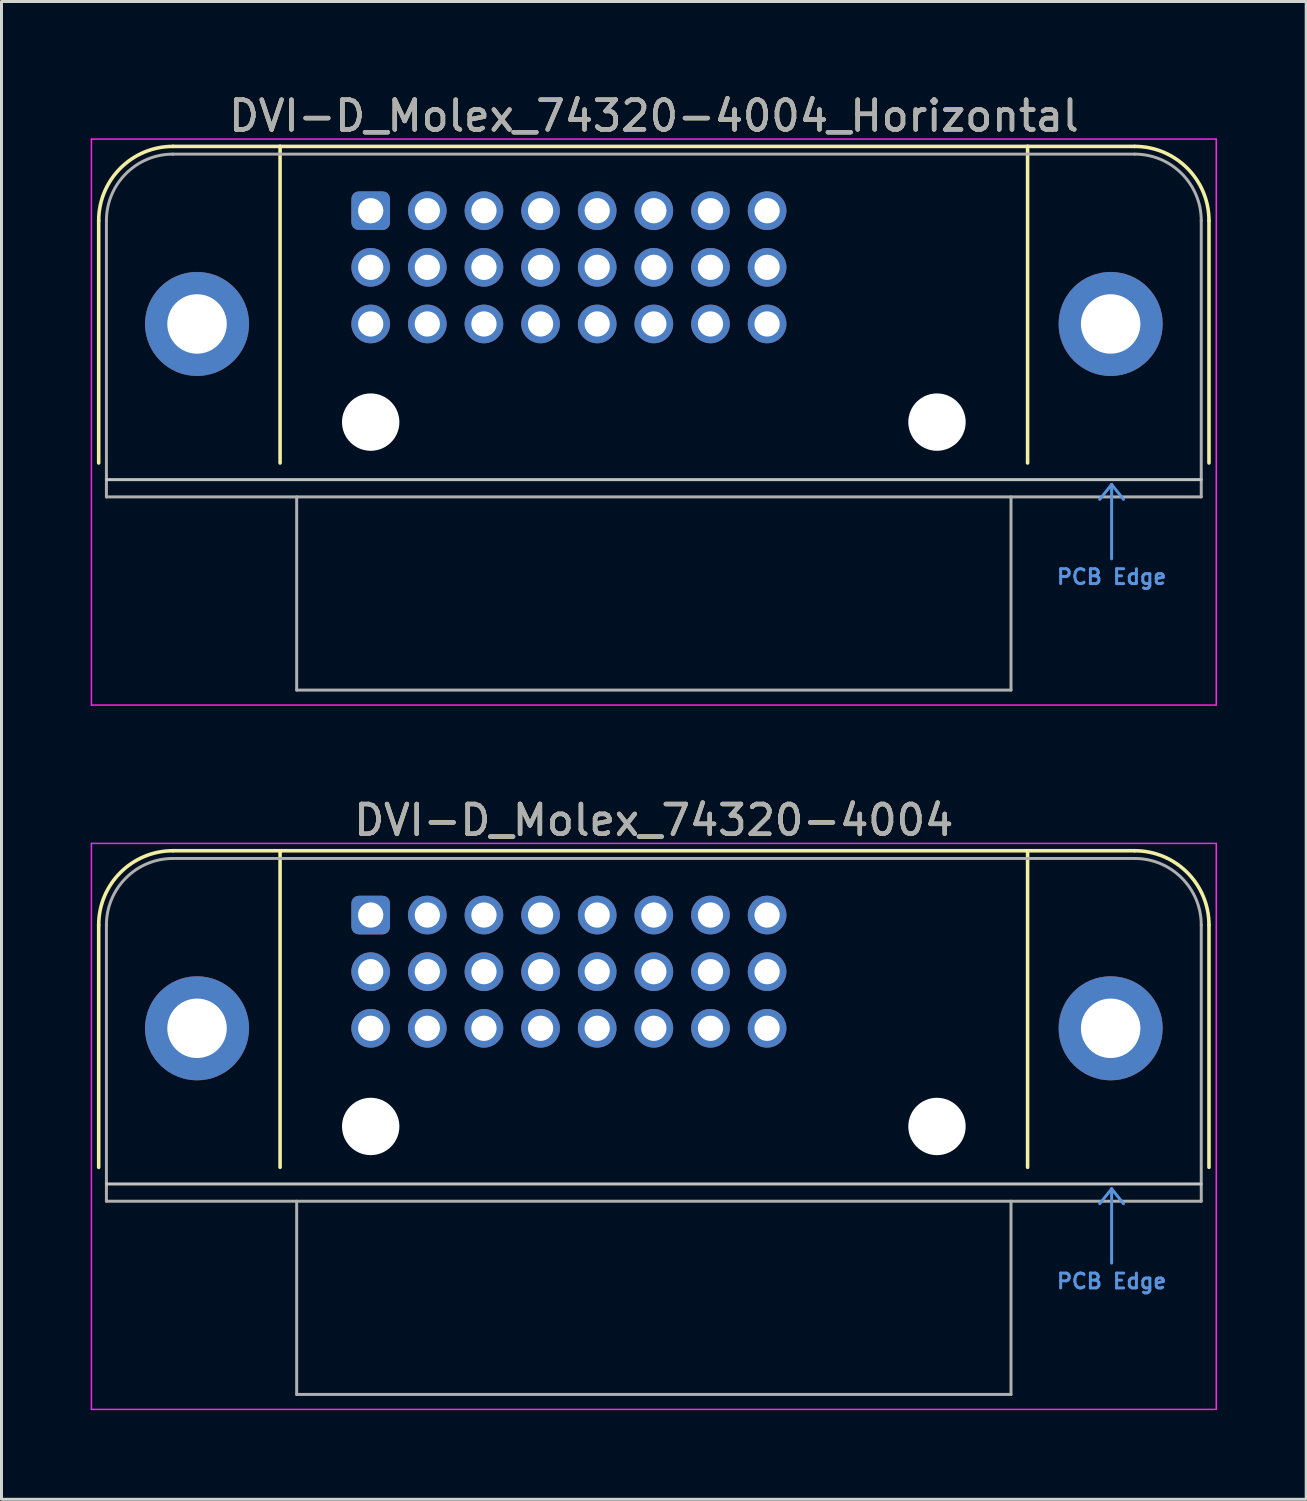
<source format=kicad_pcb>
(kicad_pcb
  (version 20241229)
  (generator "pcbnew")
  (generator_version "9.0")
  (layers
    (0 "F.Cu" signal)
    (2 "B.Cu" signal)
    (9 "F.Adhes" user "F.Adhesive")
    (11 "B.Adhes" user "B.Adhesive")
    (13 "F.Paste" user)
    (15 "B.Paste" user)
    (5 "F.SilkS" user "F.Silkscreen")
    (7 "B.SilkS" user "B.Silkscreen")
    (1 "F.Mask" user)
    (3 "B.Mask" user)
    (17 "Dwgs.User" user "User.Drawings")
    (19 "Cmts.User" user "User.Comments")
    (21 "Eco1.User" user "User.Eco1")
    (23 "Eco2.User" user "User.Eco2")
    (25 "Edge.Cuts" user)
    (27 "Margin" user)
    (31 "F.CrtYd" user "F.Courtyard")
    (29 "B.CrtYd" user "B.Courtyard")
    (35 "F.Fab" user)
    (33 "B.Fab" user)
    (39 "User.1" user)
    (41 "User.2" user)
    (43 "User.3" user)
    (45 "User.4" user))
  (footprint "DVI-D_Molex_74320-4004_Horizontal"
    (layer "F.Cu")
    (at 9.42 4.038)
    (property "Reference" "DVI-D_Molex_74320-4004_Horizontal" (at 9.525 -3.19 0) (layer "F.SilkS") (effects (font (size 1 1) (thickness 0.15))))
    (attr through_hole)
    (fp_line (start -9.15 0.337) (end -9.15 8.487) (stroke (width 0.12) (type solid)) (layer "F.SilkS"))
    (fp_line (start -6.65 -2.163) (end -3.048 -2.163) (stroke (width 0.12) (type solid)) (layer "F.SilkS"))
    (fp_line (start -3.048 -2.163) (end -3.048 8.487) (stroke (width 0.12) (type solid)) (layer "F.SilkS"))
    (fp_line (start -3.048 -2.163) (end 22.098 -2.163) (stroke (width 0.12) (type solid)) (layer "F.SilkS"))
    (fp_line (start 22.098 -2.163) (end 22.098 8.487) (stroke (width 0.12) (type solid)) (layer "F.SilkS"))
    (fp_line (start 22.098 -2.163) (end 25.7 -2.163) (stroke (width 0.12) (type solid)) (layer "F.SilkS"))
    (fp_line (start 28.2 0.337) (end 28.2 8.487) (stroke (width 0.12) (type solid)) (layer "F.SilkS"))
    (fp_arc (start -9.15 0.3366) (mid -8.417767 -1.431167) (end -6.65 -2.1634) (stroke (width 0.12) (type solid)) (layer "F.SilkS"))
    (fp_arc (start 25.7 -2.1634) (mid 27.467767 -1.431167) (end 28.2 0.3366) (stroke (width 0.12) (type solid)) (layer "F.SilkS"))
    (fp_line (start -8.89 9.047) (end 27.94 9.047) (stroke (width 0.1) (type default)) (layer "Dwgs.User"))
    (fp_line (start 24.525 9.71) (end 24.925 9.21) (stroke (width 0.1) (type default)) (layer "Cmts.User"))
    (fp_line (start 24.925 9.21) (end 24.925 11.71) (stroke (width 0.1) (type default)) (layer "Cmts.User"))
    (fp_line (start 24.925 9.21) (end 25.325 9.71) (stroke (width 0.1) (type default)) (layer "Cmts.User"))
    (fp_line (start -9.395 -2.41) (end 28.445 -2.41) (stroke (width 0.05) (type solid)) (layer "F.CrtYd"))
    (fp_line (start -9.395 16.63) (end -9.395 -2.41) (stroke (width 0.05) (type solid)) (layer "F.CrtYd"))
    (fp_line (start 28.445 -2.41) (end 28.445 16.63) (stroke (width 0.05) (type solid)) (layer "F.CrtYd"))
    (fp_line (start 28.445 16.63) (end -9.395 16.63) (stroke (width 0.05) (type solid)) (layer "F.CrtYd"))
    (fp_line (start -8.89 0.337) (end -8.89 9.627) (stroke (width 0.1) (type solid)) (layer "F.Fab"))
    (fp_line (start -8.89 9.627) (end 27.94 9.627) (stroke (width 0.1) (type solid)) (layer "F.Fab"))
    (fp_line (start -6.65 -1.903) (end 25.7 -1.903) (stroke (width 0.1) (type default)) (layer "F.Fab"))
    (fp_line (start -2.49 16.127) (end -2.49 9.627) (stroke (width 0.1) (type solid)) (layer "F.Fab"))
    (fp_line (start -2.49 16.127) (end 21.54 16.127) (stroke (width 0.1) (type solid)) (layer "F.Fab"))
    (fp_line (start 21.54 16.127) (end 21.54 9.627) (stroke (width 0.1) (type solid)) (layer "F.Fab"))
    (fp_line (start 27.94 9.627) (end 27.94 0.337) (stroke (width 0.1) (type solid)) (layer "F.Fab"))
    (fp_arc (start -8.89 0.3366) (mid -8.233919 -1.247319) (end -6.65 -1.9034) (stroke (width 0.1) (type default)) (layer "F.Fab"))
    (fp_arc (start 25.7 -1.9034) (mid 27.283919 -1.247319) (end 27.94 0.3366) (stroke (width 0.1) (type default)) (layer "F.Fab"))
    (fp_text user "PCB Edge" (at 24.925 12.61 0) (unlocked yes) (layer "Cmts.User") (effects (font (size 0.5 0.5) (thickness 0.1) (bold yes)) (justify bottom)))
    (fp_text user "${REFERENCE}" (at 9.525 -3.19 0) (layer "F.Fab") (effects (font (size 1 1) (thickness 0.15))))
    (pad "" np_thru_hole circle (at 0 7.112) (size 1.93 1.93) (drill 1.93) (layers "*.Cu" "*.Mask"))
    (pad "" np_thru_hole circle (at 19.05 7.112) (size 1.93 1.93) (drill 1.93) (layers "*.Cu" "*.Mask"))
    (pad "1" thru_hole roundrect (at 0 0) (size 1.3 1.3) (drill 0.85) (layers "*.Cu" "*.Mask") (roundrect_rratio 0.192))
    (pad "2" thru_hole circle (at 1.905 0) (size 1.3 1.3) (drill 0.85) (layers "*.Cu" "*.Mask"))
    (pad "3" thru_hole circle (at 3.81 0) (size 1.3 1.3) (drill 0.85) (layers "*.Cu" "*.Mask"))
    (pad "4" thru_hole circle (at 5.715 0) (size 1.3 1.3) (drill 0.85) (layers "*.Cu" "*.Mask"))
    (pad "5" thru_hole circle (at 7.62 0) (size 1.3 1.3) (drill 0.85) (layers "*.Cu" "*.Mask"))
    (pad "6" thru_hole circle (at 9.525 0) (size 1.3 1.3) (drill 0.85) (layers "*.Cu" "*.Mask"))
    (pad "7" thru_hole circle (at 11.43 0) (size 1.3 1.3) (drill 0.85) (layers "*.Cu" "*.Mask"))
    (pad "8" thru_hole circle (at 13.335 0) (size 1.3 1.3) (drill 0.85) (layers "*.Cu" "*.Mask"))
    (pad "9" thru_hole circle (at 0 1.905) (size 1.3 1.3) (drill 0.85) (layers "*.Cu" "*.Mask"))
    (pad "10" thru_hole circle (at 1.905 1.905) (size 1.3 1.3) (drill 0.85) (layers "*.Cu" "*.Mask"))
    (pad "11" thru_hole circle (at 3.81 1.905) (size 1.3 1.3) (drill 0.85) (layers "*.Cu" "*.Mask"))
    (pad "12" thru_hole circle (at 5.715 1.905) (size 1.3 1.3) (drill 0.85) (layers "*.Cu" "*.Mask"))
    (pad "13" thru_hole circle (at 7.62 1.905) (size 1.3 1.3) (drill 0.85) (layers "*.Cu" "*.Mask"))
    (pad "14" thru_hole circle (at 9.525 1.905) (size 1.3 1.3) (drill 0.85) (layers "*.Cu" "*.Mask"))
    (pad "15" thru_hole circle (at 11.43 1.905) (size 1.3 1.3) (drill 0.85) (layers "*.Cu" "*.Mask"))
    (pad "16" thru_hole circle (at 13.335 1.905) (size 1.3 1.3) (drill 0.85) (layers "*.Cu" "*.Mask"))
    (pad "17" thru_hole circle (at 0 3.81) (size 1.3 1.3) (drill 0.85) (layers "*.Cu" "*.Mask"))
    (pad "18" thru_hole circle (at 1.905 3.81) (size 1.3 1.3) (drill 0.85) (layers "*.Cu" "*.Mask"))
    (pad "19" thru_hole circle (at 3.81 3.81) (size 1.3 1.3) (drill 0.85) (layers "*.Cu" "*.Mask"))
    (pad "20" thru_hole circle (at 5.715 3.81) (size 1.3 1.3) (drill 0.85) (layers "*.Cu" "*.Mask"))
    (pad "21" thru_hole circle (at 7.62 3.81) (size 1.3 1.3) (drill 0.85) (layers "*.Cu" "*.Mask"))
    (pad "22" thru_hole circle (at 9.525 3.81) (size 1.3 1.3) (drill 0.85) (layers "*.Cu" "*.Mask"))
    (pad "23" thru_hole circle (at 11.43 3.81) (size 1.3 1.3) (drill 0.85) (layers "*.Cu" "*.Mask"))
    (pad "24" thru_hole circle (at 13.335 3.81) (size 1.3 1.3) (drill 0.85) (layers "*.Cu" "*.Mask"))
    (pad "SH" thru_hole circle (at -5.842 3.81) (size 3.5 3.5) (drill 2) (layers "*.Cu" "*.Mask"))
    (pad "SH" thru_hole circle (at 24.892 3.81) (size 3.5 3.5) (drill 2) (layers "*.Cu" "*.Mask")))
  (footprint "DVI-D_Molex_74320-4004"
    (layer "F.Cu")
    (at 9.42 27.732)
    (property "Reference" "DVI-D_Molex_74320-4004" (at 9.525 -3.19 0) (layer "F.SilkS") (effects (font (size 1 1) (thickness 0.15))))
    (attr through_hole)
    (fp_line (start -9.15 0.337) (end -9.15 8.487) (stroke (width 0.12) (type solid)) (layer "F.SilkS"))
    (fp_line (start -6.65 -2.163) (end -3.048 -2.163) (stroke (width 0.12) (type solid)) (layer "F.SilkS"))
    (fp_line (start -3.048 -2.163) (end -3.048 8.487) (stroke (width 0.12) (type solid)) (layer "F.SilkS"))
    (fp_line (start -3.048 -2.163) (end 22.098 -2.163) (stroke (width 0.12) (type solid)) (layer "F.SilkS"))
    (fp_line (start 22.098 -2.163) (end 22.098 8.487) (stroke (width 0.12) (type solid)) (layer "F.SilkS"))
    (fp_line (start 22.098 -2.163) (end 25.7 -2.163) (stroke (width 0.12) (type solid)) (layer "F.SilkS"))
    (fp_line (start 28.2 0.337) (end 28.2 8.487) (stroke (width 0.12) (type solid)) (layer "F.SilkS"))
    (fp_arc (start -9.15 0.3366) (mid -8.417767 -1.431167) (end -6.65 -2.1634) (stroke (width 0.12) (type solid)) (layer "F.SilkS"))
    (fp_arc (start 25.7 -2.1634) (mid 27.467767 -1.431167) (end 28.2 0.3366) (stroke (width 0.12) (type solid)) (layer "F.SilkS"))
    (fp_line (start -8.89 9.047) (end 27.94 9.047) (stroke (width 0.1) (type default)) (layer "Dwgs.User"))
    (fp_line (start 24.525 9.71) (end 24.925 9.21) (stroke (width 0.1) (type default)) (layer "Cmts.User"))
    (fp_line (start 24.925 9.21) (end 24.925 11.71) (stroke (width 0.1) (type default)) (layer "Cmts.User"))
    (fp_line (start 24.925 9.21) (end 25.325 9.71) (stroke (width 0.1) (type default)) (layer "Cmts.User"))
    (fp_line (start -9.395 -2.41) (end 28.445 -2.41) (stroke (width 0.05) (type solid)) (layer "F.CrtYd"))
    (fp_line (start -9.395 16.63) (end -9.395 -2.41) (stroke (width 0.05) (type solid)) (layer "F.CrtYd"))
    (fp_line (start 28.445 -2.41) (end 28.445 16.63) (stroke (width 0.05) (type solid)) (layer "F.CrtYd"))
    (fp_line (start 28.445 16.63) (end -9.395 16.63) (stroke (width 0.05) (type solid)) (layer "F.CrtYd"))
    (fp_line (start -8.89 0.337) (end -8.89 9.627) (stroke (width 0.1) (type solid)) (layer "F.Fab"))
    (fp_line (start -8.89 9.627) (end 27.94 9.627) (stroke (width 0.1) (type solid)) (layer "F.Fab"))
    (fp_line (start -6.65 -1.903) (end 25.7 -1.903) (stroke (width 0.1) (type default)) (layer "F.Fab"))
    (fp_line (start -2.49 16.127) (end -2.49 9.627) (stroke (width 0.1) (type solid)) (layer "F.Fab"))
    (fp_line (start -2.49 16.127) (end 21.54 16.127) (stroke (width 0.1) (type solid)) (layer "F.Fab"))
    (fp_line (start 21.54 16.127) (end 21.54 9.627) (stroke (width 0.1) (type solid)) (layer "F.Fab"))
    (fp_line (start 27.94 9.627) (end 27.94 0.337) (stroke (width 0.1) (type solid)) (layer "F.Fab"))
    (fp_arc (start -8.89 0.3366) (mid -8.233919 -1.247319) (end -6.65 -1.9034) (stroke (width 0.1) (type default)) (layer "F.Fab"))
    (fp_arc (start 25.7 -1.9034) (mid 27.283919 -1.247319) (end 27.94 0.3366) (stroke (width 0.1) (type default)) (layer "F.Fab"))
    (fp_text user "PCB Edge" (at 24.925 12.61 0) (unlocked yes) (layer "Cmts.User") (effects (font (size 0.5 0.5) (thickness 0.1) (bold yes)) (justify bottom)))
    (fp_text user "${REFERENCE}" (at 9.525 -3.19 0) (layer "F.Fab") (effects (font (size 1 1) (thickness 0.15))))
    (pad "" np_thru_hole circle (at 0 7.112) (size 1.93 1.93) (drill 1.93) (layers "*.Cu" "*.Mask"))
    (pad "" np_thru_hole circle (at 19.05 7.112) (size 1.93 1.93) (drill 1.93) (layers "*.Cu" "*.Mask"))
    (pad "1" thru_hole roundrect (at 0 0) (size 1.3 1.3) (drill 0.85) (layers "*.Cu" "*.Mask") (roundrect_rratio 0.192))
    (pad "2" thru_hole circle (at 1.905 0) (size 1.3 1.3) (drill 0.85) (layers "*.Cu" "*.Mask"))
    (pad "3" thru_hole circle (at 3.81 0) (size 1.3 1.3) (drill 0.85) (layers "*.Cu" "*.Mask"))
    (pad "4" thru_hole circle (at 5.715 0) (size 1.3 1.3) (drill 0.85) (layers "*.Cu" "*.Mask"))
    (pad "5" thru_hole circle (at 7.62 0) (size 1.3 1.3) (drill 0.85) (layers "*.Cu" "*.Mask"))
    (pad "6" thru_hole circle (at 9.525 0) (size 1.3 1.3) (drill 0.85) (layers "*.Cu" "*.Mask"))
    (pad "7" thru_hole circle (at 11.43 0) (size 1.3 1.3) (drill 0.85) (layers "*.Cu" "*.Mask"))
    (pad "8" thru_hole circle (at 13.335 0) (size 1.3 1.3) (drill 0.85) (layers "*.Cu" "*.Mask"))
    (pad "9" thru_hole circle (at 0 1.905) (size 1.3 1.3) (drill 0.85) (layers "*.Cu" "*.Mask"))
    (pad "10" thru_hole circle (at 1.905 1.905) (size 1.3 1.3) (drill 0.85) (layers "*.Cu" "*.Mask"))
    (pad "11" thru_hole circle (at 3.81 1.905) (size 1.3 1.3) (drill 0.85) (layers "*.Cu" "*.Mask"))
    (pad "12" thru_hole circle (at 5.715 1.905) (size 1.3 1.3) (drill 0.85) (layers "*.Cu" "*.Mask"))
    (pad "13" thru_hole circle (at 7.62 1.905) (size 1.3 1.3) (drill 0.85) (layers "*.Cu" "*.Mask"))
    (pad "14" thru_hole circle (at 9.525 1.905) (size 1.3 1.3) (drill 0.85) (layers "*.Cu" "*.Mask"))
    (pad "15" thru_hole circle (at 11.43 1.905) (size 1.3 1.3) (drill 0.85) (layers "*.Cu" "*.Mask"))
    (pad "16" thru_hole circle (at 13.335 1.905) (size 1.3 1.3) (drill 0.85) (layers "*.Cu" "*.Mask"))
    (pad "17" thru_hole circle (at 0 3.81) (size 1.3 1.3) (drill 0.85) (layers "*.Cu" "*.Mask"))
    (pad "18" thru_hole circle (at 1.905 3.81) (size 1.3 1.3) (drill 0.85) (layers "*.Cu" "*.Mask"))
    (pad "19" thru_hole circle (at 3.81 3.81) (size 1.3 1.3) (drill 0.85) (layers "*.Cu" "*.Mask"))
    (pad "20" thru_hole circle (at 5.715 3.81) (size 1.3 1.3) (drill 0.85) (layers "*.Cu" "*.Mask"))
    (pad "21" thru_hole circle (at 7.62 3.81) (size 1.3 1.3) (drill 0.85) (layers "*.Cu" "*.Mask"))
    (pad "22" thru_hole circle (at 9.525 3.81) (size 1.3 1.3) (drill 0.85) (layers "*.Cu" "*.Mask"))
    (pad "23" thru_hole circle (at 11.43 3.81) (size 1.3 1.3) (drill 0.85) (layers "*.Cu" "*.Mask"))
    (pad "24" thru_hole circle (at 13.335 3.81) (size 1.3 1.3) (drill 0.85) (layers "*.Cu" "*.Mask"))
    (pad "SH" thru_hole circle (at -5.842 3.81) (size 3.5 3.5) (drill 2) (layers "*.Cu" "*.Mask"))
    (pad "SH" thru_hole circle (at 24.892 3.81) (size 3.5 3.5) (drill 2) (layers "*.Cu" "*.Mask")))
  (gr_rect
    (start -3 -3)
    (end 40.89 47.386)
    (stroke (width 0.1) (type default))
    (fill no)
    (layer "Edge.Cuts")))
</source>
